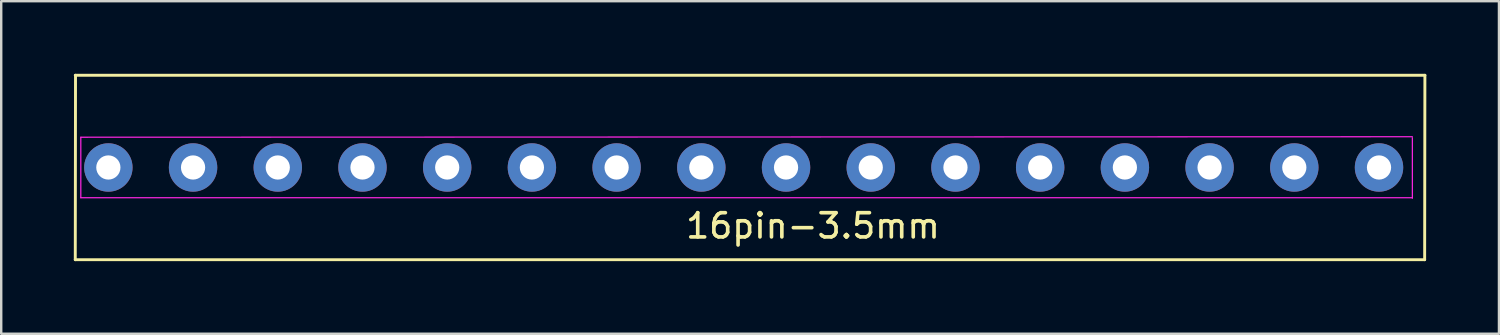
<source format=kicad_pcb>
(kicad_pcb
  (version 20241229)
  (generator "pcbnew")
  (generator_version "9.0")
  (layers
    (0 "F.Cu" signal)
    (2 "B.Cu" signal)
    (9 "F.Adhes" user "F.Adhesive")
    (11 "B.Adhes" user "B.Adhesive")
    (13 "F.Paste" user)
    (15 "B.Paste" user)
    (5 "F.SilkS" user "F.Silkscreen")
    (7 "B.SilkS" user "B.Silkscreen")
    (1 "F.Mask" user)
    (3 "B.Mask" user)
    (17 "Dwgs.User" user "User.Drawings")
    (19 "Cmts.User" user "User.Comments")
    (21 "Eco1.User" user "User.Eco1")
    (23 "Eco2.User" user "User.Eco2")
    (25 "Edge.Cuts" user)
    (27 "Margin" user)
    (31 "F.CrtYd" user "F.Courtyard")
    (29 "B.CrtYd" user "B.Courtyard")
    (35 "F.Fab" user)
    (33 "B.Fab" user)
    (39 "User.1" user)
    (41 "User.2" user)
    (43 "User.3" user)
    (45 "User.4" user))
  (footprint "16pin-3.5mm"
    (layer "F.Cu")
    (at 15.427 3.87)
    (property "Reference" "16pin-3.5mm" (at 15.113 2.413 0) (layer "F.SilkS") (effects (font (size 1 1) (thickness 0.15))))
    (attr through_hole)
    (fp_line (start -15.367 -3.81) (end 40.396 -3.81) (stroke (width 0.12) (type solid)) (layer "F.SilkS"))
    (fp_line (start -15.367 3.81) (end -15.357 -3.81) (stroke (width 0.12) (type solid)) (layer "F.SilkS"))
    (fp_line (start 40.386 3.81) (end -15.367 3.81) (stroke (width 0.12) (type solid)) (layer "F.SilkS"))
    (fp_line (start 40.396 -3.81) (end 40.386 3.81) (stroke (width 0.12) (type solid)) (layer "F.SilkS"))
    (fp_line (start -15.138 -1.25) (end 39.878 -1.27) (stroke (width 0.05) (type solid)) (layer "F.CrtYd"))
    (fp_line (start -15.138 1.25) (end -15.138 -1.25) (stroke (width 0.05) (type solid)) (layer "F.CrtYd"))
    (fp_line (start 39.878 -1.23) (end 39.878 1.27) (stroke (width 0.05) (type solid)) (layer "F.CrtYd"))
    (fp_line (start 39.878 1.25) (end -15.138 1.25) (stroke (width 0.05) (type solid)) (layer "F.CrtYd"))
    (pad "1" thru_hole circle (at -14 0) (size 2 2) (drill 1.001) (layers "*.Cu" "*.Mask"))
    (pad "2" thru_hole circle (at -10.5 0) (size 2 2) (drill 1.001) (layers "*.Cu" "*.Mask"))
    (pad "3" thru_hole circle (at -7 0) (size 2 2) (drill 1.001) (layers "*.Cu" "*.Mask"))
    (pad "4" thru_hole circle (at -3.5 0) (size 2 2) (drill 1.001) (layers "*.Cu" "*.Mask"))
    (pad "5" thru_hole circle (at 0 0) (size 2 2) (drill 1.001) (layers "*.Cu" "*.Mask"))
    (pad "6" thru_hole circle (at 3.5 0) (size 2 2) (drill 1.001) (layers "*.Cu" "*.Mask"))
    (pad "7" thru_hole circle (at 7 0) (size 2 2) (drill 1.001) (layers "*.Cu" "*.Mask"))
    (pad "8" thru_hole circle (at 10.5 0) (size 2 2) (drill 1.001) (layers "*.Cu" "*.Mask"))
    (pad "9" thru_hole circle (at 14 0) (size 2 2) (drill 1.001) (layers "*.Cu" "*.Mask"))
    (pad "10" thru_hole circle (at 17.5 0) (size 2 2) (drill 1.001) (layers "*.Cu" "*.Mask"))
    (pad "11" thru_hole circle (at 21 0) (size 2 2) (drill 1.001) (layers "*.Cu" "*.Mask"))
    (pad "12" thru_hole circle (at 24.5 0) (size 2 2) (drill 1.001) (layers "*.Cu" "*.Mask"))
    (pad "13" thru_hole circle (at 28 0) (size 2 2) (drill 1.001) (layers "*.Cu" "*.Mask"))
    (pad "14" thru_hole circle (at 31.5 0) (size 2 2) (drill 1.001) (layers "*.Cu" "*.Mask"))
    (pad "15" thru_hole circle (at 35 0) (size 2 2) (drill 1.001) (layers "*.Cu" "*.Mask"))
    (pad "16" thru_hole circle (at 38.5 0) (size 2 2) (drill 1.001) (layers "*.Cu" "*.Mask")))
  (gr_rect
    (start -3 -3)
    (end 58.883 10.74)
    (stroke (width 0.1) (type default))
    (fill no)
    (layer "Edge.Cuts")))
</source>
